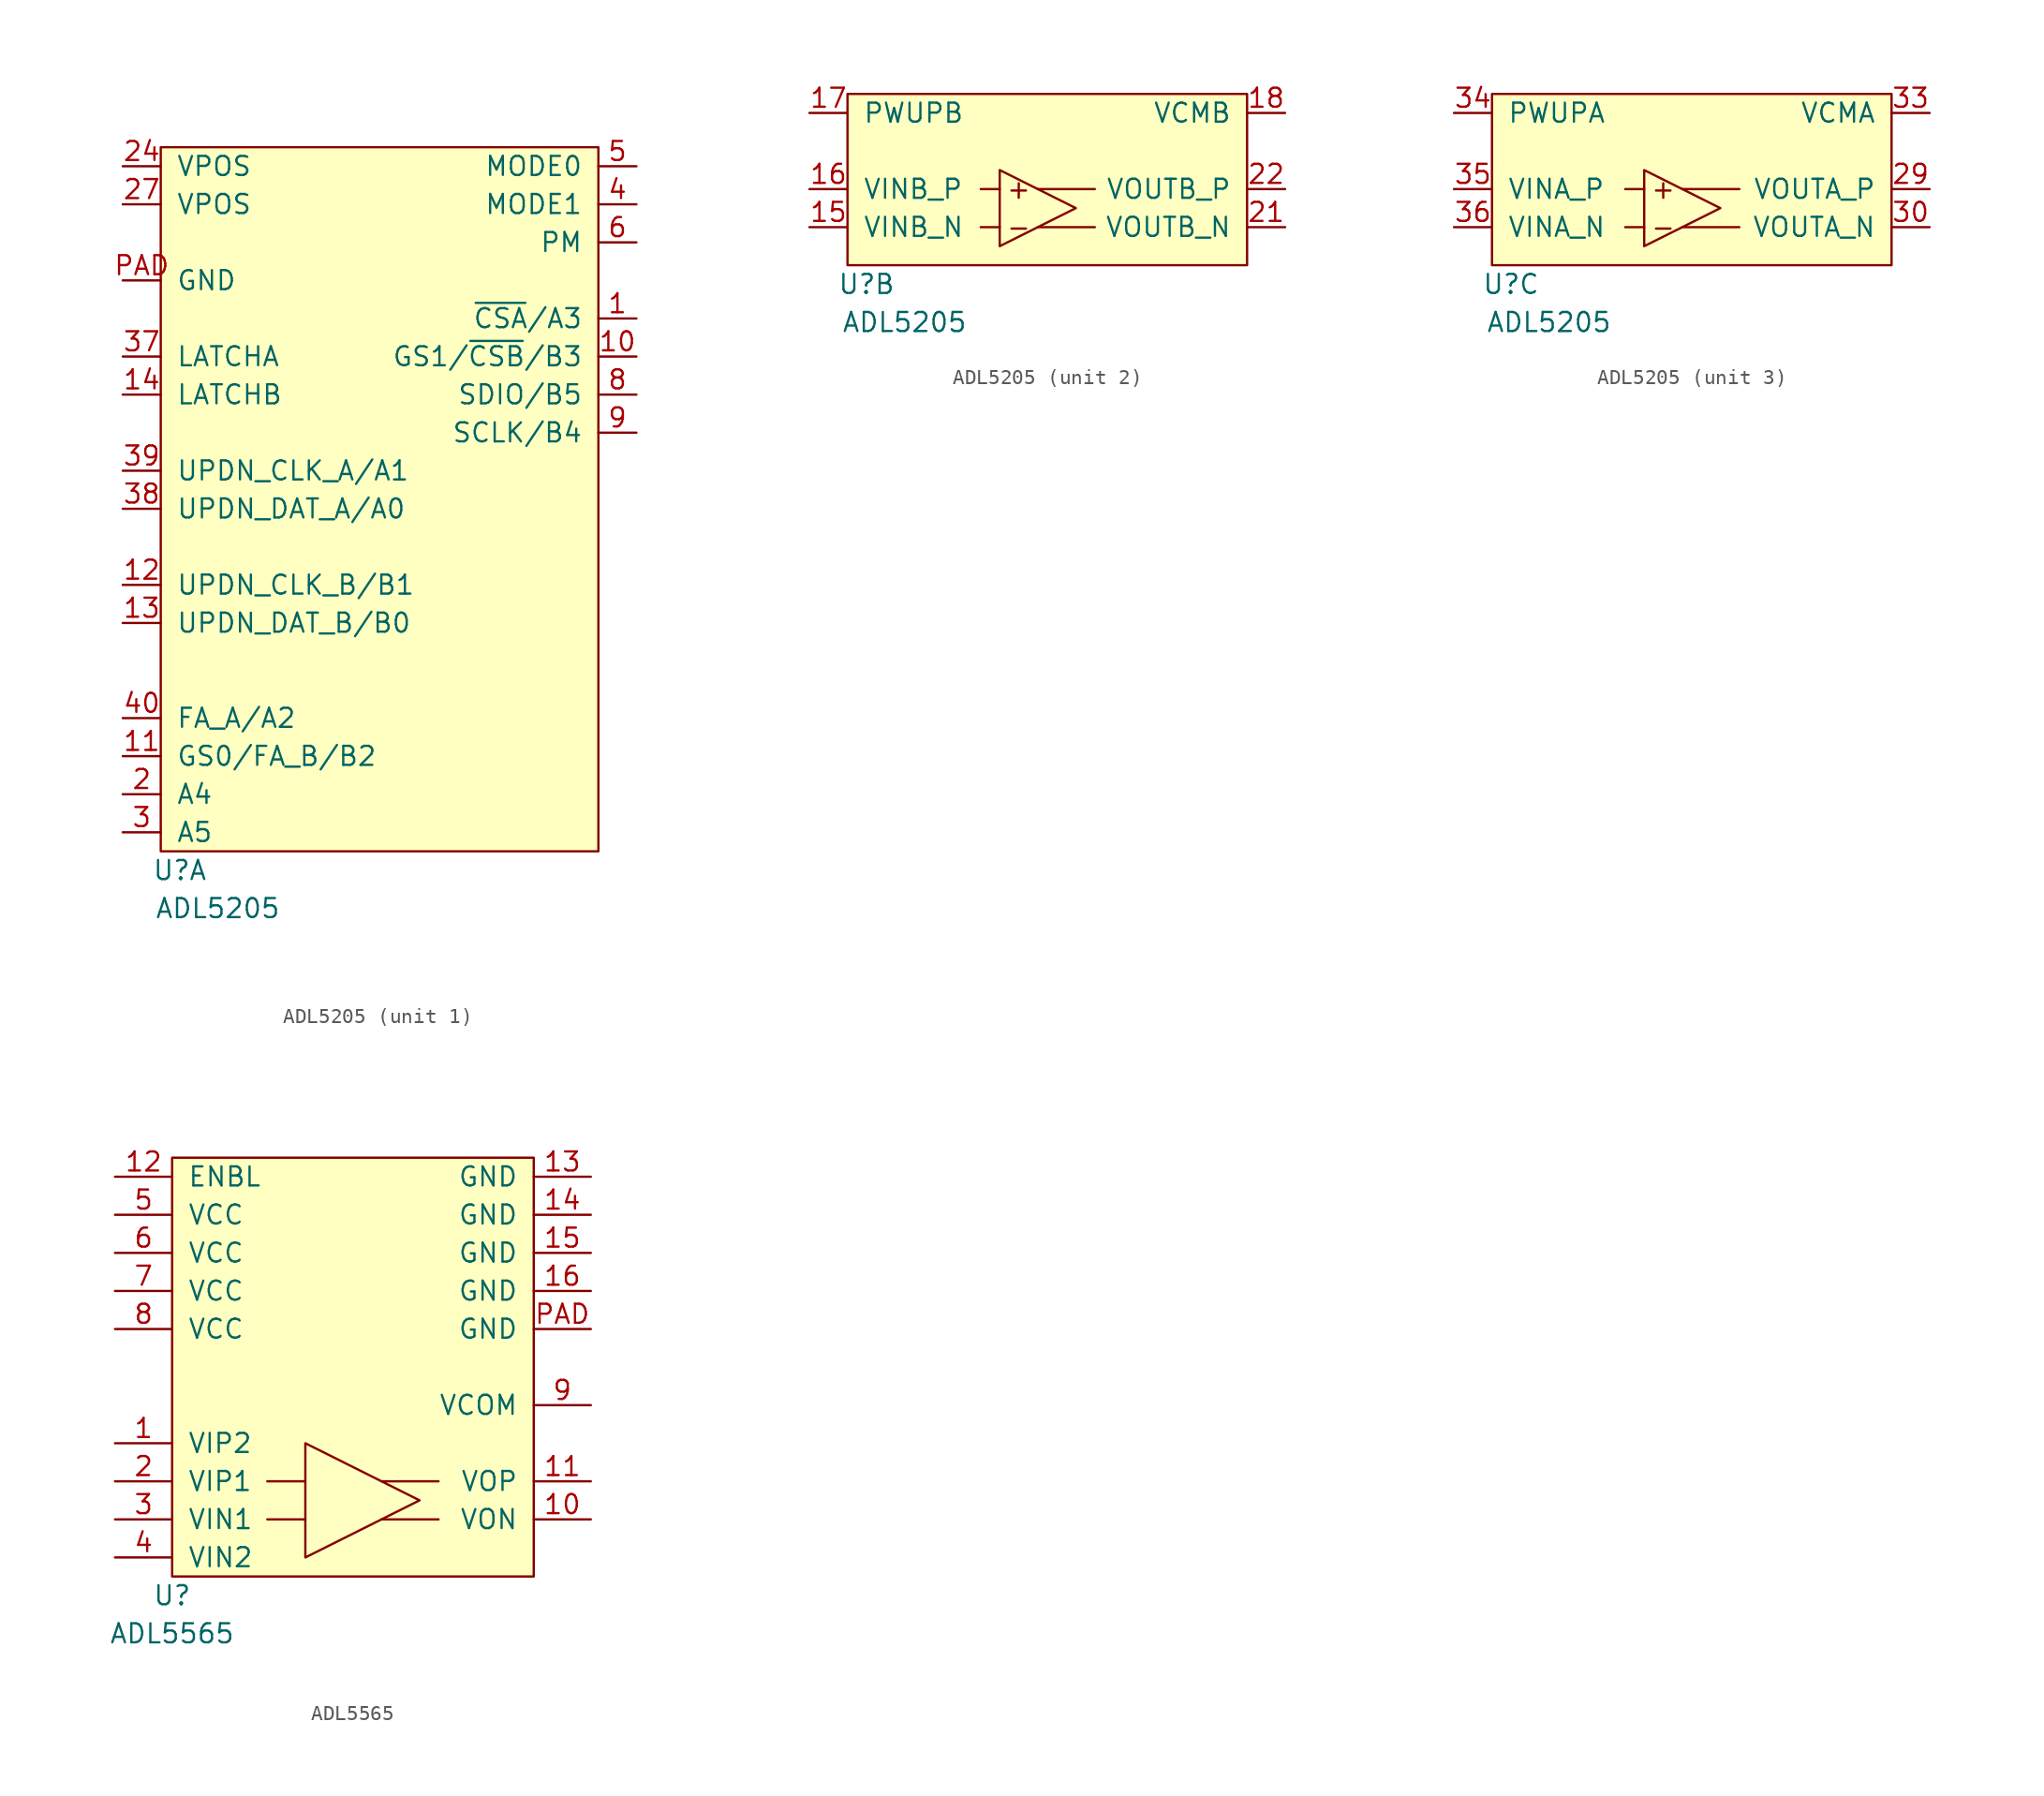
<source format=kicad_sym>
(kicad_symbol_lib
  (version 20211014)
  (generator kicad_symbol_editor)
  (symbol "ADL5205"
    (pin_names
      (offset 1.016))
    (property "Reference" "U"
      (at 1.27 -1.27 0)
      (effects (font (size 1.27 1.27))))
    (property "Value" "ADL5205"
      (at 3.81 -3.81 0)
      (effects (font (size 1.27 1.27))))
    (property "ki_locked" ""
      (at 0 0 0)
      (effects (font (size 1.27 1.27))))
    (symbol "ADL5205_1_1"
      (rectangle (start 0 46.99) (end 29.21 0) (stroke (width 0) (type default) (color 0 0 0 0)) (fill (type background)))
      (pin input line (at 31.75 35.56 180) (length 2.54) (name "~{CSA}/A3" (effects (font (size 1.27 1.27)))) (number "1" (effects (font (size 1.27 1.27)))))
      (pin input line (at 31.75 33.02 180) (length 2.54) (name "GS1/~{CSB}/B3" (effects (font (size 1.27 1.27)))) (number "10" (effects (font (size 1.27 1.27)))))
      (pin input line (at -2.54 6.35 0) (length 2.54) (name "GS0/FA_B/B2" (effects (font (size 1.27 1.27)))) (number "11" (effects (font (size 1.27 1.27)))))
      (pin input line (at -2.54 17.78 0) (length 2.54) (name "UPDN_CLK_B/B1" (effects (font (size 1.27 1.27)))) (number "12" (effects (font (size 1.27 1.27)))))
      (pin input line (at -2.54 15.24 0) (length 2.54) (name "UPDN_DAT_B/B0" (effects (font (size 1.27 1.27)))) (number "13" (effects (font (size 1.27 1.27)))))
      (pin input line (at -2.54 30.48 0) (length 2.54) (name "LATCHB" (effects (font (size 1.27 1.27)))) (number "14" (effects (font (size 1.27 1.27)))))
      (pin input line (at -2.54 3.81 0) (length 2.54) (name "A4" (effects (font (size 1.27 1.27)))) (number "2" (effects (font (size 1.27 1.27)))))
      (pin power_in line (at -2.54 45.72 0) (length 2.54) (name "VPOS" (effects (font (size 1.27 1.27)))) (number "24" (effects (font (size 1.27 1.27)))))
      (pin power_in line (at -2.54 43.18 0) (length 2.54) (name "VPOS" (effects (font (size 1.27 1.27)))) (number "27" (effects (font (size 1.27 1.27)))))
      (pin input line (at -2.54 1.27 0) (length 2.54) (name "A5" (effects (font (size 1.27 1.27)))) (number "3" (effects (font (size 1.27 1.27)))))
      (pin input line (at -2.54 33.02 0) (length 2.54) (name "LATCHA" (effects (font (size 1.27 1.27)))) (number "37" (effects (font (size 1.27 1.27)))))
      (pin input line (at -2.54 22.86 0) (length 2.54) (name "UPDN_DAT_A/A0" (effects (font (size 1.27 1.27)))) (number "38" (effects (font (size 1.27 1.27)))))
      (pin input line (at -2.54 25.4 0) (length 2.54) (name "UPDN_CLK_A/A1" (effects (font (size 1.27 1.27)))) (number "39" (effects (font (size 1.27 1.27)))))
      (pin input line (at 31.75 43.18 180) (length 2.54) (name "MODE1" (effects (font (size 1.27 1.27)))) (number "4" (effects (font (size 1.27 1.27)))))
      (pin input line (at -2.54 8.89 0) (length 2.54) (name "FA_A/A2" (effects (font (size 1.27 1.27)))) (number "40" (effects (font (size 1.27 1.27)))))
      (pin input line (at 31.75 45.72 180) (length 2.54) (name "MODE0" (effects (font (size 1.27 1.27)))) (number "5" (effects (font (size 1.27 1.27)))))
      (pin input line (at 31.75 40.64 180) (length 2.54) (name "PM" (effects (font (size 1.27 1.27)))) (number "6" (effects (font (size 1.27 1.27)))))
      (pin bidirectional line (at 31.75 30.48 180) (length 2.54) (name "SDIO/B5" (effects (font (size 1.27 1.27)))) (number "8" (effects (font (size 1.27 1.27)))))
      (pin input line (at 31.75 27.94 180) (length 2.54) (name "SCLK/B4" (effects (font (size 1.27 1.27)))) (number "9" (effects (font (size 1.27 1.27)))))
      (pin power_in line (at -2.54 38.1 0) (length 2.54) (name "GND" (effects (font (size 1.27 1.27)))) (number "PAD" (effects (font (size 1.27 1.27))))))
    (symbol "ADL5205_2_0"
      (polyline (pts (xy 10.16 2.54) (xy 8.89 2.54)) (stroke (width 0) (type default) (color 0 0 0 0)) (fill (type none)))
      (polyline (pts (xy 10.16 5.08) (xy 8.89 5.08)) (stroke (width 0) (type default) (color 0 0 0 0)) (fill (type none)))
      (polyline (pts (xy 12.7 2.54) (xy 16.51 2.54)) (stroke (width 0) (type default) (color 0 0 0 0)) (fill (type none)))
      (polyline (pts (xy 12.7 5.08) (xy 16.51 5.08)) (stroke (width 0) (type default) (color 0 0 0 0)) (fill (type none)))
      (rectangle (start 0 11.43) (end 26.67 0) (stroke (width 0) (type default) (color 0 0 0 0)) (fill (type background)))
      (text "+" (at 11.43 5.08 0) (effects (font (size 1.27 1.27))))
      (text "-" (at 11.43 2.54 0) (effects (font (size 1.27 1.27)))))
    (symbol "ADL5205_2_1"
      (polyline (pts (xy 10.16 2.54) (xy 10.16 6.35) (xy 15.24 3.81) (xy 10.16 1.27) (xy 10.16 2.54)) (stroke (width 0) (type default) (color 0 0 0 0)) (fill (type none)))
      (pin input line (at -2.54 2.54 0) (length 2.54) (name "VINB_N" (effects (font (size 1.27 1.27)))) (number "15" (effects (font (size 1.27 1.27)))))
      (pin input line (at -2.54 5.08 0) (length 2.54) (name "VINB_P" (effects (font (size 1.27 1.27)))) (number "16" (effects (font (size 1.27 1.27)))))
      (pin input line (at -2.54 10.16 0) (length 2.54) (name "PWUPB" (effects (font (size 1.27 1.27)))) (number "17" (effects (font (size 1.27 1.27)))))
      (pin passive line (at 29.21 10.16 180) (length 2.54) (name "VCMB" (effects (font (size 1.27 1.27)))) (number "18" (effects (font (size 1.27 1.27)))))
      (pin output line (at 29.21 2.54 180) (length 2.54) (name "VOUTB_N" (effects (font (size 1.27 1.27)))) (number "21" (effects (font (size 1.27 1.27)))))
      (pin output line (at 29.21 5.08 180) (length 2.54) (name "VOUTB_P" (effects (font (size 1.27 1.27)))) (number "22" (effects (font (size 1.27 1.27))))))
    (symbol "ADL5205_3_0"
      (rectangle (start 0 11.43) (end 26.67 0) (stroke (width 0) (type default) (color 0 0 0 0)) (fill (type background))))
    (symbol "ADL5205_3_1"
      (polyline (pts (xy 10.16 2.54) (xy 8.89 2.54)) (stroke (width 0) (type default) (color 0 0 0 0)) (fill (type none)))
      (polyline (pts (xy 10.16 5.08) (xy 8.89 5.08)) (stroke (width 0) (type default) (color 0 0 0 0)) (fill (type none)))
      (polyline (pts (xy 12.7 2.54) (xy 16.51 2.54)) (stroke (width 0) (type default) (color 0 0 0 0)) (fill (type none)))
      (polyline (pts (xy 12.7 5.08) (xy 16.51 5.08)) (stroke (width 0) (type default) (color 0 0 0 0)) (fill (type none)))
      (polyline (pts (xy 10.16 2.54) (xy 10.16 6.35) (xy 15.24 3.81) (xy 10.16 1.27) (xy 10.16 2.54)) (stroke (width 0) (type default) (color 0 0 0 0)) (fill (type none)))
      (text "+" (at 11.43 5.08 0) (effects (font (size 1.27 1.27))))
      (text "-" (at 11.43 2.54 0) (effects (font (size 1.27 1.27))))
      (pin output line (at 29.21 5.08 180) (length 2.54) (name "VOUTA_P" (effects (font (size 1.27 1.27)))) (number "29" (effects (font (size 1.27 1.27)))))
      (pin output line (at 29.21 2.54 180) (length 2.54) (name "VOUTA_N" (effects (font (size 1.27 1.27)))) (number "30" (effects (font (size 1.27 1.27)))))
      (pin passive line (at 29.21 10.16 180) (length 2.54) (name "VCMA" (effects (font (size 1.27 1.27)))) (number "33" (effects (font (size 1.27 1.27)))))
      (pin input line (at -2.54 10.16 0) (length 2.54) (name "PWUPA" (effects (font (size 1.27 1.27)))) (number "34" (effects (font (size 1.27 1.27)))))
      (pin input line (at -2.54 5.08 0) (length 2.54) (name "VINA_P" (effects (font (size 1.27 1.27)))) (number "35" (effects (font (size 1.27 1.27)))))
      (pin input line (at -2.54 2.54 0) (length 2.54) (name "VINA_N" (effects (font (size 1.27 1.27)))) (number "36" (effects (font (size 1.27 1.27)))))))
  (symbol "ADL5565"
    (pin_names
      (offset 1.016))
    (property "Reference" "U"
      (at 0 -1.27 0)
      (effects (font (size 1.27 1.27))))
    (property "Value" "ADL5565"
      (at 0 -3.81 0)
      (effects (font (size 1.27 1.27))))
    (symbol "ADL5565_0_1"
      (polyline (pts (xy 8.89 3.81) (xy 6.35 3.81)) (stroke (width 0) (type default) (color 0 0 0 0)) (fill (type none)))
      (polyline (pts (xy 8.89 6.35) (xy 6.35 6.35)) (stroke (width 0) (type default) (color 0 0 0 0)) (fill (type none)))
      (polyline (pts (xy 13.97 3.81) (xy 17.78 3.81)) (stroke (width 0) (type default) (color 0 0 0 0)) (fill (type none)))
      (polyline (pts (xy 13.97 6.35) (xy 17.78 6.35)) (stroke (width 0) (type default) (color 0 0 0 0)) (fill (type none)))
      (polyline (pts (xy 8.89 1.27) (xy 8.89 8.89) (xy 16.51 5.08) (xy 8.89 1.27)) (stroke (width 0) (type default) (color 0 0 0 0)) (fill (type none)))
      (rectangle (start 0 27.94) (end 24.13 0) (stroke (width 0) (type default) (color 0 0 0 0)) (fill (type background))))
    (symbol "ADL5565_1_1"
      (pin input line (at -3.81 8.89 0) (length 3.81) (name "VIP2" (effects (font (size 1.27 1.27)))) (number "1" (effects (font (size 1.27 1.27)))))
      (pin output line (at 27.94 3.81 180) (length 3.81) (name "VON" (effects (font (size 1.27 1.27)))) (number "10" (effects (font (size 1.27 1.27)))))
      (pin output line (at 27.94 6.35 180) (length 3.81) (name "VOP" (effects (font (size 1.27 1.27)))) (number "11" (effects (font (size 1.27 1.27)))))
      (pin input line (at -3.81 26.67 0) (length 3.81) (name "ENBL" (effects (font (size 1.27 1.27)))) (number "12" (effects (font (size 1.27 1.27)))))
      (pin input line (at 27.94 26.67 180) (length 3.81) (name "GND" (effects (font (size 1.27 1.27)))) (number "13" (effects (font (size 1.27 1.27)))))
      (pin input line (at 27.94 24.13 180) (length 3.81) (name "GND" (effects (font (size 1.27 1.27)))) (number "14" (effects (font (size 1.27 1.27)))))
      (pin input line (at 27.94 21.59 180) (length 3.81) (name "GND" (effects (font (size 1.27 1.27)))) (number "15" (effects (font (size 1.27 1.27)))))
      (pin input line (at 27.94 19.05 180) (length 3.81) (name "GND" (effects (font (size 1.27 1.27)))) (number "16" (effects (font (size 1.27 1.27)))))
      (pin input line (at -3.81 6.35 0) (length 3.81) (name "VIP1" (effects (font (size 1.27 1.27)))) (number "2" (effects (font (size 1.27 1.27)))))
      (pin input line (at -3.81 3.81 0) (length 3.81) (name "VIN1" (effects (font (size 1.27 1.27)))) (number "3" (effects (font (size 1.27 1.27)))))
      (pin input line (at -3.81 1.27 0) (length 3.81) (name "VIN2" (effects (font (size 1.27 1.27)))) (number "4" (effects (font (size 1.27 1.27)))))
      (pin power_in line (at -3.81 24.13 0) (length 3.81) (name "VCC" (effects (font (size 1.27 1.27)))) (number "5" (effects (font (size 1.27 1.27)))))
      (pin power_in line (at -3.81 21.59 0) (length 3.81) (name "VCC" (effects (font (size 1.27 1.27)))) (number "6" (effects (font (size 1.27 1.27)))))
      (pin power_in line (at -3.81 19.05 0) (length 3.81) (name "VCC" (effects (font (size 1.27 1.27)))) (number "7" (effects (font (size 1.27 1.27)))))
      (pin power_in line (at -3.81 16.51 0) (length 3.81) (name "VCC" (effects (font (size 1.27 1.27)))) (number "8" (effects (font (size 1.27 1.27)))))
      (pin passive line (at 27.94 11.43 180) (length 3.81) (name "VCOM" (effects (font (size 1.27 1.27)))) (number "9" (effects (font (size 1.27 1.27)))))
      (pin input line (at 27.94 16.51 180) (length 3.81) (name "GND" (effects (font (size 1.27 1.27)))) (number "PAD" (effects (font (size 1.27 1.27))))))))
</source>
